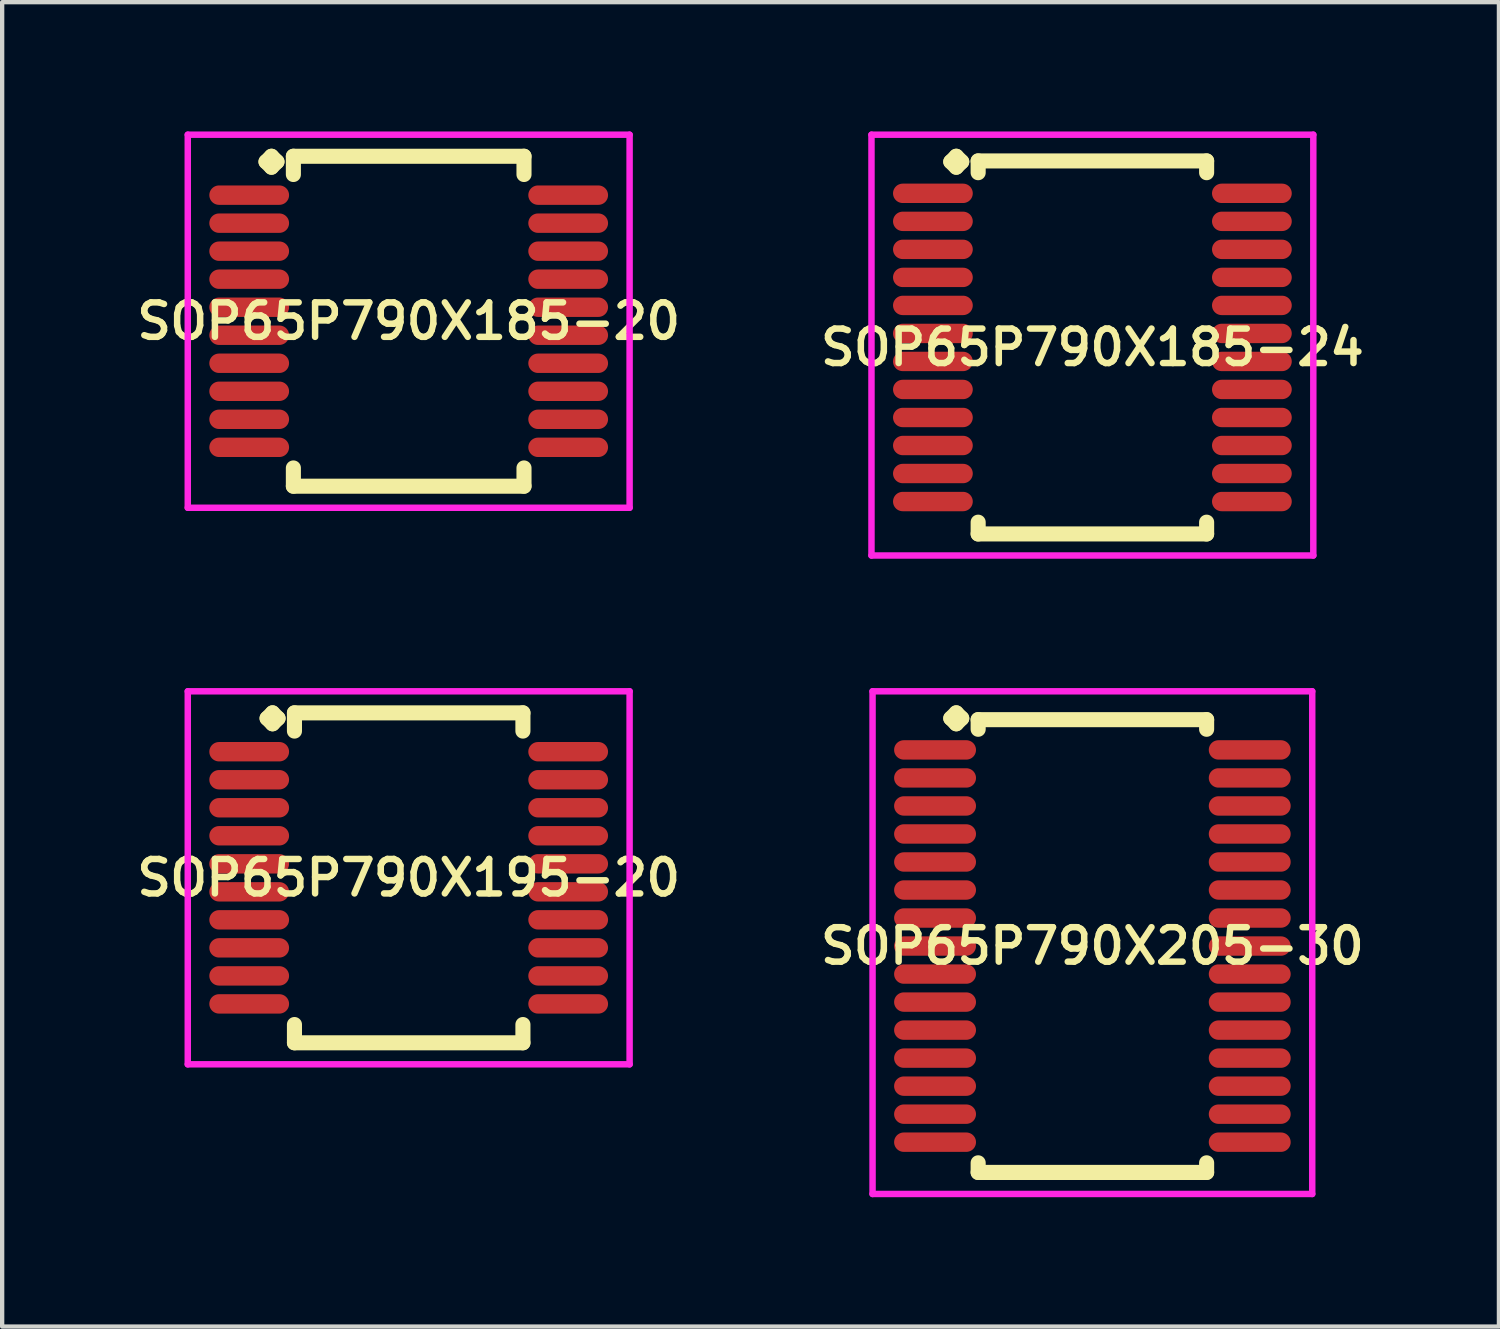
<source format=kicad_pcb>
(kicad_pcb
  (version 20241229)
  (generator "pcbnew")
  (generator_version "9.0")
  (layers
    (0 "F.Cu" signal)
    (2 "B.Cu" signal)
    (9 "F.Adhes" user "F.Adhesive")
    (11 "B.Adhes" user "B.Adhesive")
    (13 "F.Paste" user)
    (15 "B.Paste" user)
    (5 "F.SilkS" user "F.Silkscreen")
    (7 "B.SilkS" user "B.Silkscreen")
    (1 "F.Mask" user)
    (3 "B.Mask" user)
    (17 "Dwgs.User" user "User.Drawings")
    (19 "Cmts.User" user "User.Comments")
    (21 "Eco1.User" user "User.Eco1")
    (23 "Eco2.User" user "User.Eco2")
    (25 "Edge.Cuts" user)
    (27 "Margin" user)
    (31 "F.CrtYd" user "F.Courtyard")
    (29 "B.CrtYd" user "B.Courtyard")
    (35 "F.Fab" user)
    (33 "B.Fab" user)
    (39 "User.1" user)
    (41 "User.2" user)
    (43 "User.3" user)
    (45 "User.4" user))
  (footprint "SOP65P790X205-30"
    (layer "F.Cu")
    (at 22.292 18.897)
    (property "Reference" "SOP65P790X205-30" (at 0 0 0) (layer "F.SilkS") (effects (font (size 0.8 0.8) (thickness 0.15))))
    (attr smd)
    (fp_line (start -3.285 -5.283) (end -3.158 -5.41) (stroke (width 0.35) (type solid)) (layer "F.SilkS"))
    (fp_line (start -3.158 -5.41) (end -3.031 -5.283) (stroke (width 0.35) (type solid)) (layer "F.SilkS"))
    (fp_line (start -3.158 -5.156) (end -3.285 -5.283) (stroke (width 0.35) (type solid)) (layer "F.SilkS"))
    (fp_line (start -3.031 -5.283) (end -3.158 -5.156) (stroke (width 0.35) (type solid)) (layer "F.SilkS"))
    (fp_line (start -2.65 -5.252) (end 2.65 -5.252) (stroke (width 0.35) (type solid)) (layer "F.SilkS"))
    (fp_line (start -2.65 -5.029) (end -2.65 -5.252) (stroke (width 0.35) (type solid)) (layer "F.SilkS"))
    (fp_line (start -2.65 5.029) (end -2.65 5.252) (stroke (width 0.35) (type solid)) (layer "F.SilkS"))
    (fp_line (start -2.65 5.252) (end 2.65 5.252) (stroke (width 0.35) (type solid)) (layer "F.SilkS"))
    (fp_line (start 2.65 -5.252) (end 2.65 -5.029) (stroke (width 0.35) (type solid)) (layer "F.SilkS"))
    (fp_line (start 2.65 5.252) (end 2.65 5.029) (stroke (width 0.35) (type solid)) (layer "F.SilkS"))
    (fp_line (start -5.1 -5.91) (end 5.1 -5.91) (stroke (width 0.15) (type solid)) (layer "F.CrtYd"))
    (fp_line (start -5.1 5.752) (end -5.1 -5.91) (stroke (width 0.15) (type solid)) (layer "F.CrtYd"))
    (fp_line (start 5.1 -5.91) (end 5.1 5.752) (stroke (width 0.15) (type solid)) (layer "F.CrtYd"))
    (fp_line (start 5.1 5.752) (end -5.1 5.752) (stroke (width 0.15) (type solid)) (layer "F.CrtYd"))
    (pad "1" smd oval (at -3.65 -4.55) (size 1.9 0.45) (layers "F.Cu" "F.Mask" "F.Paste"))
    (pad "2" smd oval (at -3.65 -3.9) (size 1.9 0.45) (layers "F.Cu" "F.Mask" "F.Paste"))
    (pad "3" smd oval (at -3.65 -3.25) (size 1.9 0.45) (layers "F.Cu" "F.Mask" "F.Paste"))
    (pad "4" smd oval (at -3.65 -2.6) (size 1.9 0.45) (layers "F.Cu" "F.Mask" "F.Paste"))
    (pad "5" smd oval (at -3.65 -1.95) (size 1.9 0.45) (layers "F.Cu" "F.Mask" "F.Paste"))
    (pad "6" smd oval (at -3.65 -1.3) (size 1.9 0.45) (layers "F.Cu" "F.Mask" "F.Paste"))
    (pad "7" smd oval (at -3.65 -0.65) (size 1.9 0.45) (layers "F.Cu" "F.Mask" "F.Paste"))
    (pad "8" smd oval (at -3.65 0) (size 1.9 0.45) (layers "F.Cu" "F.Mask" "F.Paste"))
    (pad "9" smd oval (at -3.65 0.65) (size 1.9 0.45) (layers "F.Cu" "F.Mask" "F.Paste"))
    (pad "10" smd oval (at -3.65 1.3) (size 1.9 0.45) (layers "F.Cu" "F.Mask" "F.Paste"))
    (pad "11" smd oval (at -3.65 1.95) (size 1.9 0.45) (layers "F.Cu" "F.Mask" "F.Paste"))
    (pad "12" smd oval (at -3.65 2.6) (size 1.9 0.45) (layers "F.Cu" "F.Mask" "F.Paste"))
    (pad "13" smd oval (at -3.65 3.25) (size 1.9 0.45) (layers "F.Cu" "F.Mask" "F.Paste"))
    (pad "14" smd oval (at -3.65 3.9) (size 1.9 0.45) (layers "F.Cu" "F.Mask" "F.Paste"))
    (pad "15" smd oval (at -3.65 4.55) (size 1.9 0.45) (layers "F.Cu" "F.Mask" "F.Paste"))
    (pad "16" smd oval (at 3.65 4.55) (size 1.9 0.45) (layers "F.Cu" "F.Mask" "F.Paste"))
    (pad "17" smd oval (at 3.65 3.9) (size 1.9 0.45) (layers "F.Cu" "F.Mask" "F.Paste"))
    (pad "18" smd oval (at 3.65 3.25) (size 1.9 0.45) (layers "F.Cu" "F.Mask" "F.Paste"))
    (pad "19" smd oval (at 3.65 2.6) (size 1.9 0.45) (layers "F.Cu" "F.Mask" "F.Paste"))
    (pad "20" smd oval (at 3.65 1.95) (size 1.9 0.45) (layers "F.Cu" "F.Mask" "F.Paste"))
    (pad "21" smd oval (at 3.65 1.3) (size 1.9 0.45) (layers "F.Cu" "F.Mask" "F.Paste"))
    (pad "22" smd oval (at 3.65 0.65) (size 1.9 0.45) (layers "F.Cu" "F.Mask" "F.Paste"))
    (pad "23" smd oval (at 3.65 0) (size 1.9 0.45) (layers "F.Cu" "F.Mask" "F.Paste"))
    (pad "24" smd oval (at 3.65 -0.65) (size 1.9 0.45) (layers "F.Cu" "F.Mask" "F.Paste"))
    (pad "25" smd oval (at 3.65 -1.3) (size 1.9 0.45) (layers "F.Cu" "F.Mask" "F.Paste"))
    (pad "26" smd oval (at 3.65 -1.95) (size 1.9 0.45) (layers "F.Cu" "F.Mask" "F.Paste"))
    (pad "27" smd oval (at 3.65 -2.6) (size 1.9 0.45) (layers "F.Cu" "F.Mask" "F.Paste"))
    (pad "28" smd oval (at 3.65 -3.25) (size 1.9 0.45) (layers "F.Cu" "F.Mask" "F.Paste"))
    (pad "29" smd oval (at 3.65 -3.9) (size 1.9 0.45) (layers "F.Cu" "F.Mask" "F.Paste"))
    (pad "30" smd oval (at 3.65 -4.55) (size 1.9 0.45) (layers "F.Cu" "F.Mask" "F.Paste")))
  (footprint "SOP65P790X195-20"
    (layer "F.Cu")
    (at 6.431 17.314)
    (property "Reference" "SOP65P790X195-20" (at 0 0 0) (layer "F.SilkS") (effects (font (size 0.8 0.8) (thickness 0.15))))
    (attr smd)
    (fp_line (start -3.285 -3.7) (end -3.158 -3.827) (stroke (width 0.35) (type solid)) (layer "F.SilkS"))
    (fp_line (start -3.158 -3.827) (end -3.031 -3.7) (stroke (width 0.35) (type solid)) (layer "F.SilkS"))
    (fp_line (start -3.158 -3.573) (end -3.285 -3.7) (stroke (width 0.35) (type solid)) (layer "F.SilkS"))
    (fp_line (start -3.031 -3.7) (end -3.158 -3.573) (stroke (width 0.35) (type solid)) (layer "F.SilkS"))
    (fp_line (start -2.65 -3.827) (end 2.65 -3.827) (stroke (width 0.35) (type solid)) (layer "F.SilkS"))
    (fp_line (start -2.65 -3.404) (end -2.65 -3.827) (stroke (width 0.35) (type solid)) (layer "F.SilkS"))
    (fp_line (start -2.65 3.404) (end -2.65 3.827) (stroke (width 0.35) (type solid)) (layer "F.SilkS"))
    (fp_line (start -2.65 3.827) (end 2.65 3.827) (stroke (width 0.35) (type solid)) (layer "F.SilkS"))
    (fp_line (start 2.65 -3.827) (end 2.65 -3.404) (stroke (width 0.35) (type solid)) (layer "F.SilkS"))
    (fp_line (start 2.65 3.827) (end 2.65 3.404) (stroke (width 0.35) (type solid)) (layer "F.SilkS"))
    (fp_line (start -5.125 -4.327) (end 5.125 -4.327) (stroke (width 0.15) (type solid)) (layer "F.CrtYd"))
    (fp_line (start -5.125 4.327) (end -5.125 -4.327) (stroke (width 0.15) (type solid)) (layer "F.CrtYd"))
    (fp_line (start 5.125 -4.327) (end 5.125 4.327) (stroke (width 0.15) (type solid)) (layer "F.CrtYd"))
    (fp_line (start 5.125 4.327) (end -5.125 4.327) (stroke (width 0.15) (type solid)) (layer "F.CrtYd"))
    (pad "1" smd oval (at -3.7 -2.925) (size 1.85 0.45) (layers "F.Cu" "F.Mask" "F.Paste"))
    (pad "2" smd oval (at -3.7 -2.275) (size 1.85 0.45) (layers "F.Cu" "F.Mask" "F.Paste"))
    (pad "3" smd oval (at -3.7 -1.625) (size 1.85 0.45) (layers "F.Cu" "F.Mask" "F.Paste"))
    (pad "4" smd oval (at -3.7 -0.975) (size 1.85 0.45) (layers "F.Cu" "F.Mask" "F.Paste"))
    (pad "5" smd oval (at -3.7 -0.325) (size 1.85 0.45) (layers "F.Cu" "F.Mask" "F.Paste"))
    (pad "6" smd oval (at -3.7 0.325) (size 1.85 0.45) (layers "F.Cu" "F.Mask" "F.Paste"))
    (pad "7" smd oval (at -3.7 0.975) (size 1.85 0.45) (layers "F.Cu" "F.Mask" "F.Paste"))
    (pad "8" smd oval (at -3.7 1.625) (size 1.85 0.45) (layers "F.Cu" "F.Mask" "F.Paste"))
    (pad "9" smd oval (at -3.7 2.275) (size 1.85 0.45) (layers "F.Cu" "F.Mask" "F.Paste"))
    (pad "10" smd oval (at -3.7 2.925) (size 1.85 0.45) (layers "F.Cu" "F.Mask" "F.Paste"))
    (pad "11" smd oval (at 3.7 2.925) (size 1.85 0.45) (layers "F.Cu" "F.Mask" "F.Paste"))
    (pad "12" smd oval (at 3.7 2.275) (size 1.85 0.45) (layers "F.Cu" "F.Mask" "F.Paste"))
    (pad "13" smd oval (at 3.7 1.625) (size 1.85 0.45) (layers "F.Cu" "F.Mask" "F.Paste"))
    (pad "14" smd oval (at 3.7 0.975) (size 1.85 0.45) (layers "F.Cu" "F.Mask" "F.Paste"))
    (pad "15" smd oval (at 3.7 0.325) (size 1.85 0.45) (layers "F.Cu" "F.Mask" "F.Paste"))
    (pad "16" smd oval (at 3.7 -0.325) (size 1.85 0.45) (layers "F.Cu" "F.Mask" "F.Paste"))
    (pad "17" smd oval (at 3.7 -0.975) (size 1.85 0.45) (layers "F.Cu" "F.Mask" "F.Paste"))
    (pad "18" smd oval (at 3.7 -1.625) (size 1.85 0.45) (layers "F.Cu" "F.Mask" "F.Paste"))
    (pad "19" smd oval (at 3.7 -2.275) (size 1.85 0.45) (layers "F.Cu" "F.Mask" "F.Paste"))
    (pad "20" smd oval (at 3.7 -2.925) (size 1.85 0.45) (layers "F.Cu" "F.Mask" "F.Paste")))
  (footprint "SOP65P790X185-20"
    (layer "F.Cu")
    (at 6.431 4.402)
    (property "Reference" "SOP65P790X185-20" (at 0 0 0) (layer "F.SilkS") (effects (font (size 0.8 0.8) (thickness 0.15))))
    (attr smd)
    (fp_line (start -3.31 -3.7) (end -3.183 -3.827) (stroke (width 0.35) (type solid)) (layer "F.SilkS"))
    (fp_line (start -3.183 -3.827) (end -3.056 -3.7) (stroke (width 0.35) (type solid)) (layer "F.SilkS"))
    (fp_line (start -3.183 -3.573) (end -3.31 -3.7) (stroke (width 0.35) (type solid)) (layer "F.SilkS"))
    (fp_line (start -3.056 -3.7) (end -3.183 -3.573) (stroke (width 0.35) (type solid)) (layer "F.SilkS"))
    (fp_line (start -2.675 -3.827) (end 2.675 -3.827) (stroke (width 0.35) (type solid)) (layer "F.SilkS"))
    (fp_line (start -2.675 -3.404) (end -2.675 -3.827) (stroke (width 0.35) (type solid)) (layer "F.SilkS"))
    (fp_line (start -2.675 3.404) (end -2.675 3.827) (stroke (width 0.35) (type solid)) (layer "F.SilkS"))
    (fp_line (start -2.675 3.827) (end 2.675 3.827) (stroke (width 0.35) (type solid)) (layer "F.SilkS"))
    (fp_line (start 2.675 -3.827) (end 2.675 -3.404) (stroke (width 0.35) (type solid)) (layer "F.SilkS"))
    (fp_line (start 2.675 3.827) (end 2.675 3.404) (stroke (width 0.35) (type solid)) (layer "F.SilkS"))
    (fp_line (start -5.125 -4.327) (end 5.125 -4.327) (stroke (width 0.15) (type solid)) (layer "F.CrtYd"))
    (fp_line (start -5.125 4.327) (end -5.125 -4.327) (stroke (width 0.15) (type solid)) (layer "F.CrtYd"))
    (fp_line (start 5.125 -4.327) (end 5.125 4.327) (stroke (width 0.15) (type solid)) (layer "F.CrtYd"))
    (fp_line (start 5.125 4.327) (end -5.125 4.327) (stroke (width 0.15) (type solid)) (layer "F.CrtYd"))
    (pad "1" smd oval (at -3.7 -2.925) (size 1.85 0.45) (layers "F.Cu" "F.Mask" "F.Paste"))
    (pad "2" smd oval (at -3.7 -2.275) (size 1.85 0.45) (layers "F.Cu" "F.Mask" "F.Paste"))
    (pad "3" smd oval (at -3.7 -1.625) (size 1.85 0.45) (layers "F.Cu" "F.Mask" "F.Paste"))
    (pad "4" smd oval (at -3.7 -0.975) (size 1.85 0.45) (layers "F.Cu" "F.Mask" "F.Paste"))
    (pad "5" smd oval (at -3.7 -0.325) (size 1.85 0.45) (layers "F.Cu" "F.Mask" "F.Paste"))
    (pad "6" smd oval (at -3.7 0.325) (size 1.85 0.45) (layers "F.Cu" "F.Mask" "F.Paste"))
    (pad "7" smd oval (at -3.7 0.975) (size 1.85 0.45) (layers "F.Cu" "F.Mask" "F.Paste"))
    (pad "8" smd oval (at -3.7 1.625) (size 1.85 0.45) (layers "F.Cu" "F.Mask" "F.Paste"))
    (pad "9" smd oval (at -3.7 2.275) (size 1.85 0.45) (layers "F.Cu" "F.Mask" "F.Paste"))
    (pad "10" smd oval (at -3.7 2.925) (size 1.85 0.45) (layers "F.Cu" "F.Mask" "F.Paste"))
    (pad "11" smd oval (at 3.7 2.925) (size 1.85 0.45) (layers "F.Cu" "F.Mask" "F.Paste"))
    (pad "12" smd oval (at 3.7 2.275) (size 1.85 0.45) (layers "F.Cu" "F.Mask" "F.Paste"))
    (pad "13" smd oval (at 3.7 1.625) (size 1.85 0.45) (layers "F.Cu" "F.Mask" "F.Paste"))
    (pad "14" smd oval (at 3.7 0.975) (size 1.85 0.45) (layers "F.Cu" "F.Mask" "F.Paste"))
    (pad "15" smd oval (at 3.7 0.325) (size 1.85 0.45) (layers "F.Cu" "F.Mask" "F.Paste"))
    (pad "16" smd oval (at 3.7 -0.325) (size 1.85 0.45) (layers "F.Cu" "F.Mask" "F.Paste"))
    (pad "17" smd oval (at 3.7 -0.975) (size 1.85 0.45) (layers "F.Cu" "F.Mask" "F.Paste"))
    (pad "18" smd oval (at 3.7 -1.625) (size 1.85 0.45) (layers "F.Cu" "F.Mask" "F.Paste"))
    (pad "19" smd oval (at 3.7 -2.275) (size 1.85 0.45) (layers "F.Cu" "F.Mask" "F.Paste"))
    (pad "20" smd oval (at 3.7 -2.925) (size 1.85 0.45) (layers "F.Cu" "F.Mask" "F.Paste")))
  (footprint "SOP65P790X185-24"
    (layer "F.Cu")
    (at 22.292 5.01)
    (property "Reference" "SOP65P790X185-24" (at 0 0 0) (layer "F.SilkS") (effects (font (size 0.8 0.8) (thickness 0.15))))
    (attr smd)
    (fp_line (start -3.285 -4.308) (end -3.158 -4.435) (stroke (width 0.35) (type solid)) (layer "F.SilkS"))
    (fp_line (start -3.158 -4.435) (end -3.031 -4.308) (stroke (width 0.35) (type solid)) (layer "F.SilkS"))
    (fp_line (start -3.158 -4.181) (end -3.285 -4.308) (stroke (width 0.35) (type solid)) (layer "F.SilkS"))
    (fp_line (start -3.031 -4.308) (end -3.158 -4.181) (stroke (width 0.35) (type solid)) (layer "F.SilkS"))
    (fp_line (start -2.65 -4.327) (end 2.65 -4.327) (stroke (width 0.35) (type solid)) (layer "F.SilkS"))
    (fp_line (start -2.65 -4.054) (end -2.65 -4.327) (stroke (width 0.35) (type solid)) (layer "F.SilkS"))
    (fp_line (start -2.65 4.054) (end -2.65 4.327) (stroke (width 0.35) (type solid)) (layer "F.SilkS"))
    (fp_line (start -2.65 4.327) (end 2.65 4.327) (stroke (width 0.35) (type solid)) (layer "F.SilkS"))
    (fp_line (start 2.65 -4.327) (end 2.65 -4.054) (stroke (width 0.35) (type solid)) (layer "F.SilkS"))
    (fp_line (start 2.65 4.327) (end 2.65 4.054) (stroke (width 0.35) (type solid)) (layer "F.SilkS"))
    (fp_line (start -5.125 -4.935) (end 5.125 -4.935) (stroke (width 0.15) (type solid)) (layer "F.CrtYd"))
    (fp_line (start -5.125 4.827) (end -5.125 -4.935) (stroke (width 0.15) (type solid)) (layer "F.CrtYd"))
    (fp_line (start 5.125 -4.935) (end 5.125 4.827) (stroke (width 0.15) (type solid)) (layer "F.CrtYd"))
    (fp_line (start 5.125 4.827) (end -5.125 4.827) (stroke (width 0.15) (type solid)) (layer "F.CrtYd"))
    (pad "1" smd oval (at -3.7 -3.575) (size 1.85 0.45) (layers "F.Cu" "F.Mask" "F.Paste"))
    (pad "2" smd oval (at -3.7 -2.925) (size 1.85 0.45) (layers "F.Cu" "F.Mask" "F.Paste"))
    (pad "3" smd oval (at -3.7 -2.275) (size 1.85 0.45) (layers "F.Cu" "F.Mask" "F.Paste"))
    (pad "4" smd oval (at -3.7 -1.625) (size 1.85 0.45) (layers "F.Cu" "F.Mask" "F.Paste"))
    (pad "5" smd oval (at -3.7 -0.975) (size 1.85 0.45) (layers "F.Cu" "F.Mask" "F.Paste"))
    (pad "6" smd oval (at -3.7 -0.325) (size 1.85 0.45) (layers "F.Cu" "F.Mask" "F.Paste"))
    (pad "7" smd oval (at -3.7 0.325) (size 1.85 0.45) (layers "F.Cu" "F.Mask" "F.Paste"))
    (pad "8" smd oval (at -3.7 0.975) (size 1.85 0.45) (layers "F.Cu" "F.Mask" "F.Paste"))
    (pad "9" smd oval (at -3.7 1.625) (size 1.85 0.45) (layers "F.Cu" "F.Mask" "F.Paste"))
    (pad "10" smd oval (at -3.7 2.275) (size 1.85 0.45) (layers "F.Cu" "F.Mask" "F.Paste"))
    (pad "11" smd oval (at -3.7 2.925) (size 1.85 0.45) (layers "F.Cu" "F.Mask" "F.Paste"))
    (pad "12" smd oval (at -3.7 3.575) (size 1.85 0.45) (layers "F.Cu" "F.Mask" "F.Paste"))
    (pad "13" smd oval (at 3.7 3.575) (size 1.85 0.45) (layers "F.Cu" "F.Mask" "F.Paste"))
    (pad "14" smd oval (at 3.7 2.925) (size 1.85 0.45) (layers "F.Cu" "F.Mask" "F.Paste"))
    (pad "15" smd oval (at 3.7 2.275) (size 1.85 0.45) (layers "F.Cu" "F.Mask" "F.Paste"))
    (pad "16" smd oval (at 3.7 1.625) (size 1.85 0.45) (layers "F.Cu" "F.Mask" "F.Paste"))
    (pad "17" smd oval (at 3.7 0.975) (size 1.85 0.45) (layers "F.Cu" "F.Mask" "F.Paste"))
    (pad "18" smd oval (at 3.7 0.325) (size 1.85 0.45) (layers "F.Cu" "F.Mask" "F.Paste"))
    (pad "19" smd oval (at 3.7 -0.325) (size 1.85 0.45) (layers "F.Cu" "F.Mask" "F.Paste"))
    (pad "20" smd oval (at 3.7 -0.975) (size 1.85 0.45) (layers "F.Cu" "F.Mask" "F.Paste"))
    (pad "21" smd oval (at 3.7 -1.625) (size 1.85 0.45) (layers "F.Cu" "F.Mask" "F.Paste"))
    (pad "22" smd oval (at 3.7 -2.275) (size 1.85 0.45) (layers "F.Cu" "F.Mask" "F.Paste"))
    (pad "23" smd oval (at 3.7 -2.925) (size 1.85 0.45) (layers "F.Cu" "F.Mask" "F.Paste"))
    (pad "24" smd oval (at 3.7 -3.575) (size 1.85 0.45) (layers "F.Cu" "F.Mask" "F.Paste")))
  (gr_rect
    (start -3 -3)
    (end 31.723 27.724)
    (stroke (width 0.1) (type default))
    (fill no)
    (layer "Edge.Cuts")))
</source>
